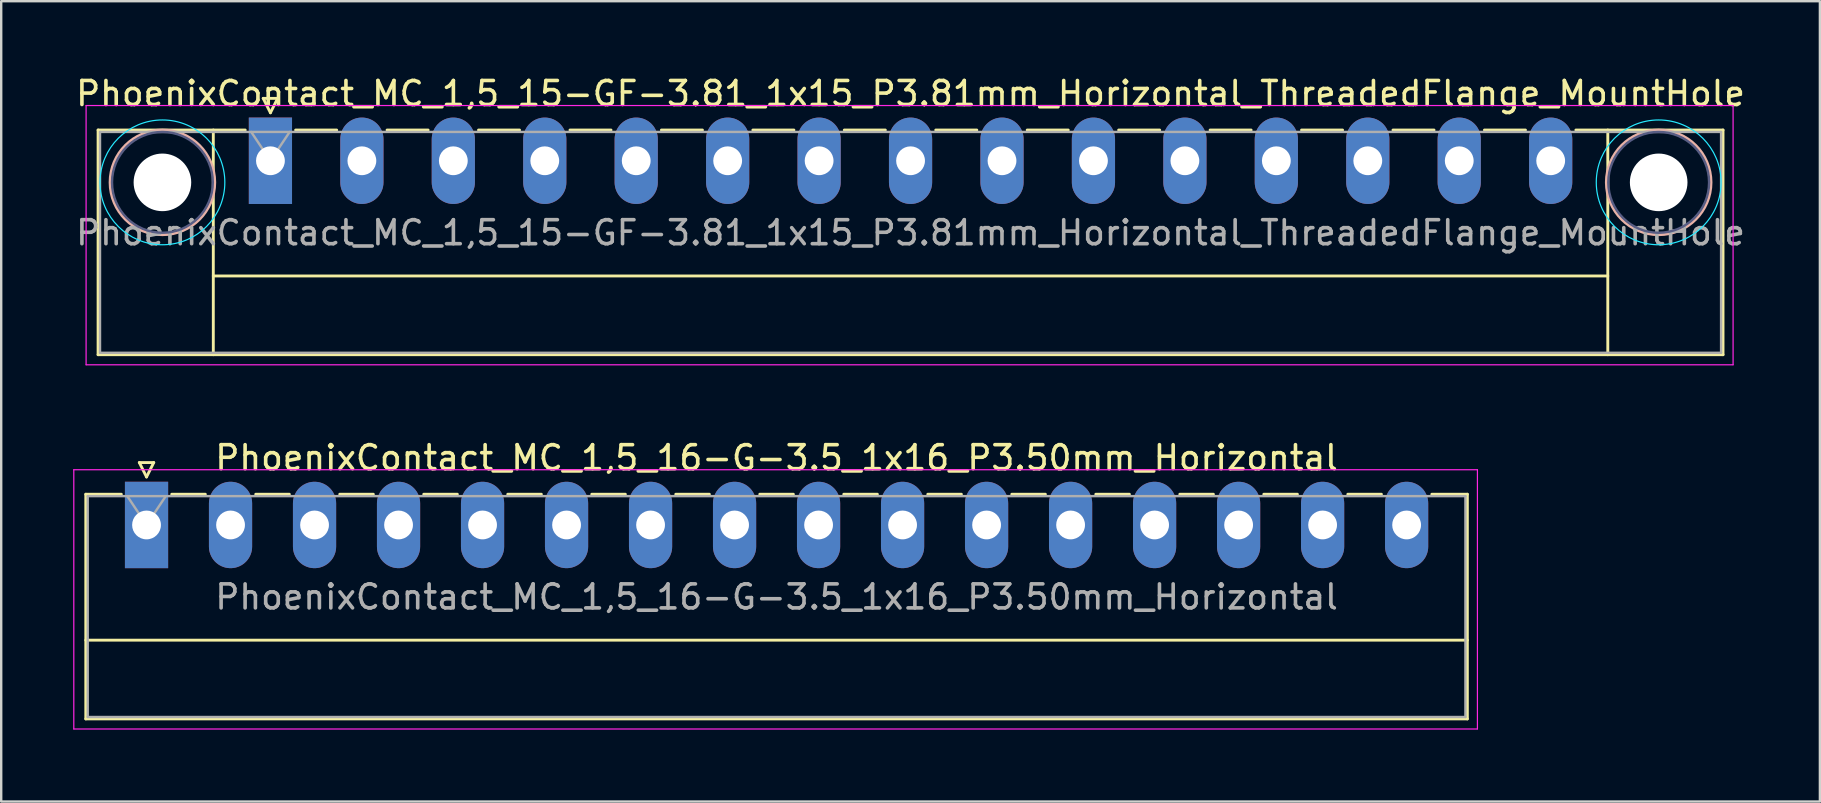
<source format=kicad_pcb>
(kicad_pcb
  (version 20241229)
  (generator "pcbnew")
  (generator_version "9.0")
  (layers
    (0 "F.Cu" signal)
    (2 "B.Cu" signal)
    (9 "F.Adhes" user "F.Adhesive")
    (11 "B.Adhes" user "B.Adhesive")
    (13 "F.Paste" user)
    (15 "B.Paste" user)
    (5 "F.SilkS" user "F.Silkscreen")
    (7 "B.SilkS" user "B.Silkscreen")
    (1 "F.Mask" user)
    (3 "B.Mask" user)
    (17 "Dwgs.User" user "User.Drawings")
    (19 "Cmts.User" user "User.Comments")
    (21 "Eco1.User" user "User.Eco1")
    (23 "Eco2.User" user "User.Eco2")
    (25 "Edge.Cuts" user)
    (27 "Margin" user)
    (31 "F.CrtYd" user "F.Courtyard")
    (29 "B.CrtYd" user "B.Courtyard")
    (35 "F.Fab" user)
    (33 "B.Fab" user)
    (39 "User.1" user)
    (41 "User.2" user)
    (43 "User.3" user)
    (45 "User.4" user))
  (footprint "PhoenixContact_MC_1,5_15-GF-3.81_1x15_P3.81mm_Horizontal_ThreadedFlange_MountHole"
    (layer "F.Cu")
    (at 8.217 3.648)
    (property "Reference" "PhoenixContact_MC_1,5_15-GF-3.81_1x15_P3.81mm_Horizontal_ThreadedFlange_MountHole" (at 26.67 -2.8 0) (layer "F.SilkS") (effects (font (size 1 1) (thickness 0.15))))
    (attr through_hole)
    (fp_line (start -7.18 -1.28) (end -7.18 8.08) (stroke (width 0.12) (type solid)) (layer "F.SilkS"))
    (fp_line (start -7.18 -1.28) (end -1.05 -1.28) (stroke (width 0.12) (type solid)) (layer "F.SilkS"))
    (fp_line (start -7.18 8.08) (end 60.52 8.08) (stroke (width 0.12) (type solid)) (layer "F.SilkS"))
    (fp_line (start -2.38 -1.28) (end -2.38 8.08) (stroke (width 0.12) (type solid)) (layer "F.SilkS"))
    (fp_line (start -2.38 4.8) (end 55.72 4.8) (stroke (width 0.12) (type solid)) (layer "F.SilkS"))
    (fp_line (start -0.3 -2.6) (end 0.3 -2.6) (stroke (width 0.12) (type solid)) (layer "F.SilkS"))
    (fp_line (start 0 -2) (end -0.3 -2.6) (stroke (width 0.12) (type solid)) (layer "F.SilkS"))
    (fp_line (start 0.3 -2.6) (end 0 -2) (stroke (width 0.12) (type solid)) (layer "F.SilkS"))
    (fp_line (start 1.05 -1.28) (end 2.76 -1.28) (stroke (width 0.12) (type solid)) (layer "F.SilkS"))
    (fp_line (start 4.86 -1.28) (end 6.57 -1.28) (stroke (width 0.12) (type solid)) (layer "F.SilkS"))
    (fp_line (start 8.67 -1.28) (end 10.38 -1.28) (stroke (width 0.12) (type solid)) (layer "F.SilkS"))
    (fp_line (start 12.48 -1.28) (end 14.19 -1.28) (stroke (width 0.12) (type solid)) (layer "F.SilkS"))
    (fp_line (start 16.29 -1.28) (end 18 -1.28) (stroke (width 0.12) (type solid)) (layer "F.SilkS"))
    (fp_line (start 20.1 -1.28) (end 21.81 -1.28) (stroke (width 0.12) (type solid)) (layer "F.SilkS"))
    (fp_line (start 23.91 -1.28) (end 25.62 -1.28) (stroke (width 0.12) (type solid)) (layer "F.SilkS"))
    (fp_line (start 27.72 -1.28) (end 29.43 -1.28) (stroke (width 0.12) (type solid)) (layer "F.SilkS"))
    (fp_line (start 31.53 -1.28) (end 33.24 -1.28) (stroke (width 0.12) (type solid)) (layer "F.SilkS"))
    (fp_line (start 35.34 -1.28) (end 37.05 -1.28) (stroke (width 0.12) (type solid)) (layer "F.SilkS"))
    (fp_line (start 39.15 -1.28) (end 40.86 -1.28) (stroke (width 0.12) (type solid)) (layer "F.SilkS"))
    (fp_line (start 42.96 -1.28) (end 44.67 -1.28) (stroke (width 0.12) (type solid)) (layer "F.SilkS"))
    (fp_line (start 46.77 -1.28) (end 48.48 -1.28) (stroke (width 0.12) (type solid)) (layer "F.SilkS"))
    (fp_line (start 50.58 -1.28) (end 52.29 -1.28) (stroke (width 0.12) (type solid)) (layer "F.SilkS"))
    (fp_line (start 55.72 -1.28) (end 55.72 8.08) (stroke (width 0.12) (type solid)) (layer "F.SilkS"))
    (fp_line (start 60.52 -1.28) (end 54.39 -1.28) (stroke (width 0.12) (type solid)) (layer "F.SilkS"))
    (fp_line (start 60.52 8.08) (end 60.52 -1.28) (stroke (width 0.12) (type solid)) (layer "F.SilkS"))
    (fp_circle (center -4.5 0.9) (end -2.32 0.9) (stroke (width 0.12) (type solid)) (fill no) (layer "B.SilkS"))
    (fp_circle (center 57.84 0.9) (end 60.02 0.9) (stroke (width 0.12) (type solid)) (fill no) (layer "B.SilkS"))
    (fp_circle (center -4.5 0.9) (end -1.9 0.9) (stroke (width 0.05) (type solid)) (fill no) (layer "B.CrtYd"))
    (fp_circle (center 57.84 0.9) (end 60.44 0.9) (stroke (width 0.05) (type solid)) (fill no) (layer "B.CrtYd"))
    (fp_line (start -7.68 -2.3) (end -7.68 8.5) (stroke (width 0.05) (type solid)) (layer "F.CrtYd"))
    (fp_line (start -7.68 8.5) (end 60.94 8.5) (stroke (width 0.05) (type solid)) (layer "F.CrtYd"))
    (fp_line (start 60.94 -2.3) (end -7.68 -2.3) (stroke (width 0.05) (type solid)) (layer "F.CrtYd"))
    (fp_line (start 60.94 8.5) (end 60.94 -2.3) (stroke (width 0.05) (type solid)) (layer "F.CrtYd"))
    (fp_circle (center -4.5 0.9) (end -2.4 0.9) (stroke (width 0.1) (type solid)) (fill no) (layer "B.Fab"))
    (fp_circle (center 57.84 0.9) (end 59.94 0.9) (stroke (width 0.1) (type solid)) (fill no) (layer "B.Fab"))
    (fp_line (start -7.1 -1.2) (end -7.1 8) (stroke (width 0.1) (type solid)) (layer "F.Fab"))
    (fp_line (start -7.1 8) (end 60.44 8) (stroke (width 0.1) (type solid)) (layer "F.Fab"))
    (fp_line (start 0 0) (end -0.8 -1.2) (stroke (width 0.1) (type solid)) (layer "F.Fab"))
    (fp_line (start 0.8 -1.2) (end 0 0) (stroke (width 0.1) (type solid)) (layer "F.Fab"))
    (fp_line (start 60.44 -1.2) (end -7.1 -1.2) (stroke (width 0.1) (type solid)) (layer "F.Fab"))
    (fp_line (start 60.44 8) (end 60.44 -1.2) (stroke (width 0.1) (type solid)) (layer "F.Fab"))
    (fp_text user "${REFERENCE}" (at 26.67 3 0) (layer "F.Fab") (effects (font (size 1 1) (thickness 0.15))))
    (pad "" np_thru_hole circle (at -4.5 0.9) (size 2.4 2.4) (drill 2.4) (layers "*.Cu" "*.Mask"))
    (pad "" np_thru_hole circle (at 57.84 0.9) (size 2.4 2.4) (drill 2.4) (layers "*.Cu" "*.Mask"))
    (pad "1" thru_hole rect (at 0 0) (size 1.8 3.6) (drill 1.2) (layers "*.Cu" "*.Mask"))
    (pad "2" thru_hole oval (at 3.81 0) (size 1.8 3.6) (drill 1.2) (layers "*.Cu" "*.Mask"))
    (pad "3" thru_hole oval (at 7.62 0) (size 1.8 3.6) (drill 1.2) (layers "*.Cu" "*.Mask"))
    (pad "4" thru_hole oval (at 11.43 0) (size 1.8 3.6) (drill 1.2) (layers "*.Cu" "*.Mask"))
    (pad "5" thru_hole oval (at 15.24 0) (size 1.8 3.6) (drill 1.2) (layers "*.Cu" "*.Mask"))
    (pad "6" thru_hole oval (at 19.05 0) (size 1.8 3.6) (drill 1.2) (layers "*.Cu" "*.Mask"))
    (pad "7" thru_hole oval (at 22.86 0) (size 1.8 3.6) (drill 1.2) (layers "*.Cu" "*.Mask"))
    (pad "8" thru_hole oval (at 26.67 0) (size 1.8 3.6) (drill 1.2) (layers "*.Cu" "*.Mask"))
    (pad "9" thru_hole oval (at 30.48 0) (size 1.8 3.6) (drill 1.2) (layers "*.Cu" "*.Mask"))
    (pad "10" thru_hole oval (at 34.29 0) (size 1.8 3.6) (drill 1.2) (layers "*.Cu" "*.Mask"))
    (pad "11" thru_hole oval (at 38.1 0) (size 1.8 3.6) (drill 1.2) (layers "*.Cu" "*.Mask"))
    (pad "12" thru_hole oval (at 41.91 0) (size 1.8 3.6) (drill 1.2) (layers "*.Cu" "*.Mask"))
    (pad "13" thru_hole oval (at 45.72 0) (size 1.8 3.6) (drill 1.2) (layers "*.Cu" "*.Mask"))
    (pad "14" thru_hole oval (at 49.53 0) (size 1.8 3.6) (drill 1.2) (layers "*.Cu" "*.Mask"))
    (pad "15" thru_hole oval (at 53.34 0) (size 1.8 3.6) (drill 1.2) (layers "*.Cu" "*.Mask")))
  (footprint "PhoenixContact_MC_1,5_16-G-3.5_1x16_P3.50mm_Horizontal"
    (layer "F.Cu")
    (at 3.055 18.822)
    (property "Reference" "PhoenixContact_MC_1,5_16-G-3.5_1x16_P3.50mm_Horizontal" (at 26.25 -2.8 0) (layer "F.SilkS") (effects (font (size 1 1) (thickness 0.15))))
    (attr through_hole)
    (fp_line (start -2.53 -1.28) (end -2.53 8.08) (stroke (width 0.12) (type solid)) (layer "F.SilkS"))
    (fp_line (start -2.53 -1.28) (end -1.05 -1.28) (stroke (width 0.12) (type solid)) (layer "F.SilkS"))
    (fp_line (start -2.53 4.8) (end 55.03 4.8) (stroke (width 0.12) (type solid)) (layer "F.SilkS"))
    (fp_line (start -2.53 8.08) (end 55.03 8.08) (stroke (width 0.12) (type solid)) (layer "F.SilkS"))
    (fp_line (start -0.3 -2.6) (end 0.3 -2.6) (stroke (width 0.12) (type solid)) (layer "F.SilkS"))
    (fp_line (start 0 -2) (end -0.3 -2.6) (stroke (width 0.12) (type solid)) (layer "F.SilkS"))
    (fp_line (start 0.3 -2.6) (end 0 -2) (stroke (width 0.12) (type solid)) (layer "F.SilkS"))
    (fp_line (start 1.05 -1.28) (end 2.45 -1.28) (stroke (width 0.12) (type solid)) (layer "F.SilkS"))
    (fp_line (start 4.55 -1.28) (end 5.95 -1.28) (stroke (width 0.12) (type solid)) (layer "F.SilkS"))
    (fp_line (start 8.05 -1.28) (end 9.45 -1.28) (stroke (width 0.12) (type solid)) (layer "F.SilkS"))
    (fp_line (start 11.55 -1.28) (end 12.95 -1.28) (stroke (width 0.12) (type solid)) (layer "F.SilkS"))
    (fp_line (start 15.05 -1.28) (end 16.45 -1.28) (stroke (width 0.12) (type solid)) (layer "F.SilkS"))
    (fp_line (start 18.55 -1.28) (end 19.95 -1.28) (stroke (width 0.12) (type solid)) (layer "F.SilkS"))
    (fp_line (start 22.05 -1.28) (end 23.45 -1.28) (stroke (width 0.12) (type solid)) (layer "F.SilkS"))
    (fp_line (start 25.55 -1.28) (end 26.95 -1.28) (stroke (width 0.12) (type solid)) (layer "F.SilkS"))
    (fp_line (start 29.05 -1.28) (end 30.45 -1.28) (stroke (width 0.12) (type solid)) (layer "F.SilkS"))
    (fp_line (start 32.55 -1.28) (end 33.95 -1.28) (stroke (width 0.12) (type solid)) (layer "F.SilkS"))
    (fp_line (start 36.05 -1.28) (end 37.45 -1.28) (stroke (width 0.12) (type solid)) (layer "F.SilkS"))
    (fp_line (start 39.55 -1.28) (end 40.95 -1.28) (stroke (width 0.12) (type solid)) (layer "F.SilkS"))
    (fp_line (start 43.05 -1.28) (end 44.45 -1.28) (stroke (width 0.12) (type solid)) (layer "F.SilkS"))
    (fp_line (start 46.55 -1.28) (end 47.95 -1.28) (stroke (width 0.12) (type solid)) (layer "F.SilkS"))
    (fp_line (start 50.05 -1.28) (end 51.45 -1.28) (stroke (width 0.12) (type solid)) (layer "F.SilkS"))
    (fp_line (start 55.03 -1.28) (end 53.55 -1.28) (stroke (width 0.12) (type solid)) (layer "F.SilkS"))
    (fp_line (start 55.03 8.08) (end 55.03 -1.28) (stroke (width 0.12) (type solid)) (layer "F.SilkS"))
    (fp_line (start -3.03 -2.3) (end -3.03 8.5) (stroke (width 0.05) (type solid)) (layer "F.CrtYd"))
    (fp_line (start -3.03 8.5) (end 55.45 8.5) (stroke (width 0.05) (type solid)) (layer "F.CrtYd"))
    (fp_line (start 55.45 -2.3) (end -3.03 -2.3) (stroke (width 0.05) (type solid)) (layer "F.CrtYd"))
    (fp_line (start 55.45 8.5) (end 55.45 -2.3) (stroke (width 0.05) (type solid)) (layer "F.CrtYd"))
    (fp_line (start -2.45 -1.2) (end -2.45 8) (stroke (width 0.1) (type solid)) (layer "F.Fab"))
    (fp_line (start -2.45 8) (end 54.95 8) (stroke (width 0.1) (type solid)) (layer "F.Fab"))
    (fp_line (start 0 0) (end -0.8 -1.2) (stroke (width 0.1) (type solid)) (layer "F.Fab"))
    (fp_line (start 0.8 -1.2) (end 0 0) (stroke (width 0.1) (type solid)) (layer "F.Fab"))
    (fp_line (start 54.95 -1.2) (end -2.45 -1.2) (stroke (width 0.1) (type solid)) (layer "F.Fab"))
    (fp_line (start 54.95 8) (end 54.95 -1.2) (stroke (width 0.1) (type solid)) (layer "F.Fab"))
    (fp_text user "${REFERENCE}" (at 26.25 3 0) (layer "F.Fab") (effects (font (size 1 1) (thickness 0.15))))
    (pad "1" thru_hole rect (at 0 0) (size 1.8 3.6) (drill 1.2) (layers "*.Cu" "*.Mask"))
    (pad "2" thru_hole oval (at 3.5 0) (size 1.8 3.6) (drill 1.2) (layers "*.Cu" "*.Mask"))
    (pad "3" thru_hole oval (at 7 0) (size 1.8 3.6) (drill 1.2) (layers "*.Cu" "*.Mask"))
    (pad "4" thru_hole oval (at 10.5 0) (size 1.8 3.6) (drill 1.2) (layers "*.Cu" "*.Mask"))
    (pad "5" thru_hole oval (at 14 0) (size 1.8 3.6) (drill 1.2) (layers "*.Cu" "*.Mask"))
    (pad "6" thru_hole oval (at 17.5 0) (size 1.8 3.6) (drill 1.2) (layers "*.Cu" "*.Mask"))
    (pad "7" thru_hole oval (at 21 0) (size 1.8 3.6) (drill 1.2) (layers "*.Cu" "*.Mask"))
    (pad "8" thru_hole oval (at 24.5 0) (size 1.8 3.6) (drill 1.2) (layers "*.Cu" "*.Mask"))
    (pad "9" thru_hole oval (at 28 0) (size 1.8 3.6) (drill 1.2) (layers "*.Cu" "*.Mask"))
    (pad "10" thru_hole oval (at 31.5 0) (size 1.8 3.6) (drill 1.2) (layers "*.Cu" "*.Mask"))
    (pad "11" thru_hole oval (at 35 0) (size 1.8 3.6) (drill 1.2) (layers "*.Cu" "*.Mask"))
    (pad "12" thru_hole oval (at 38.5 0) (size 1.8 3.6) (drill 1.2) (layers "*.Cu" "*.Mask"))
    (pad "13" thru_hole oval (at 42 0) (size 1.8 3.6) (drill 1.2) (layers "*.Cu" "*.Mask"))
    (pad "14" thru_hole oval (at 45.5 0) (size 1.8 3.6) (drill 1.2) (layers "*.Cu" "*.Mask"))
    (pad "15" thru_hole oval (at 49 0) (size 1.8 3.6) (drill 1.2) (layers "*.Cu" "*.Mask"))
    (pad "16" thru_hole oval (at 52.5 0) (size 1.8 3.6) (drill 1.2) (layers "*.Cu" "*.Mask")))
  (gr_rect
    (start -3 -3)
    (end 72.774 30.346)
    (stroke (width 0.1) (type default))
    (fill no)
    (layer "Edge.Cuts")))
</source>
